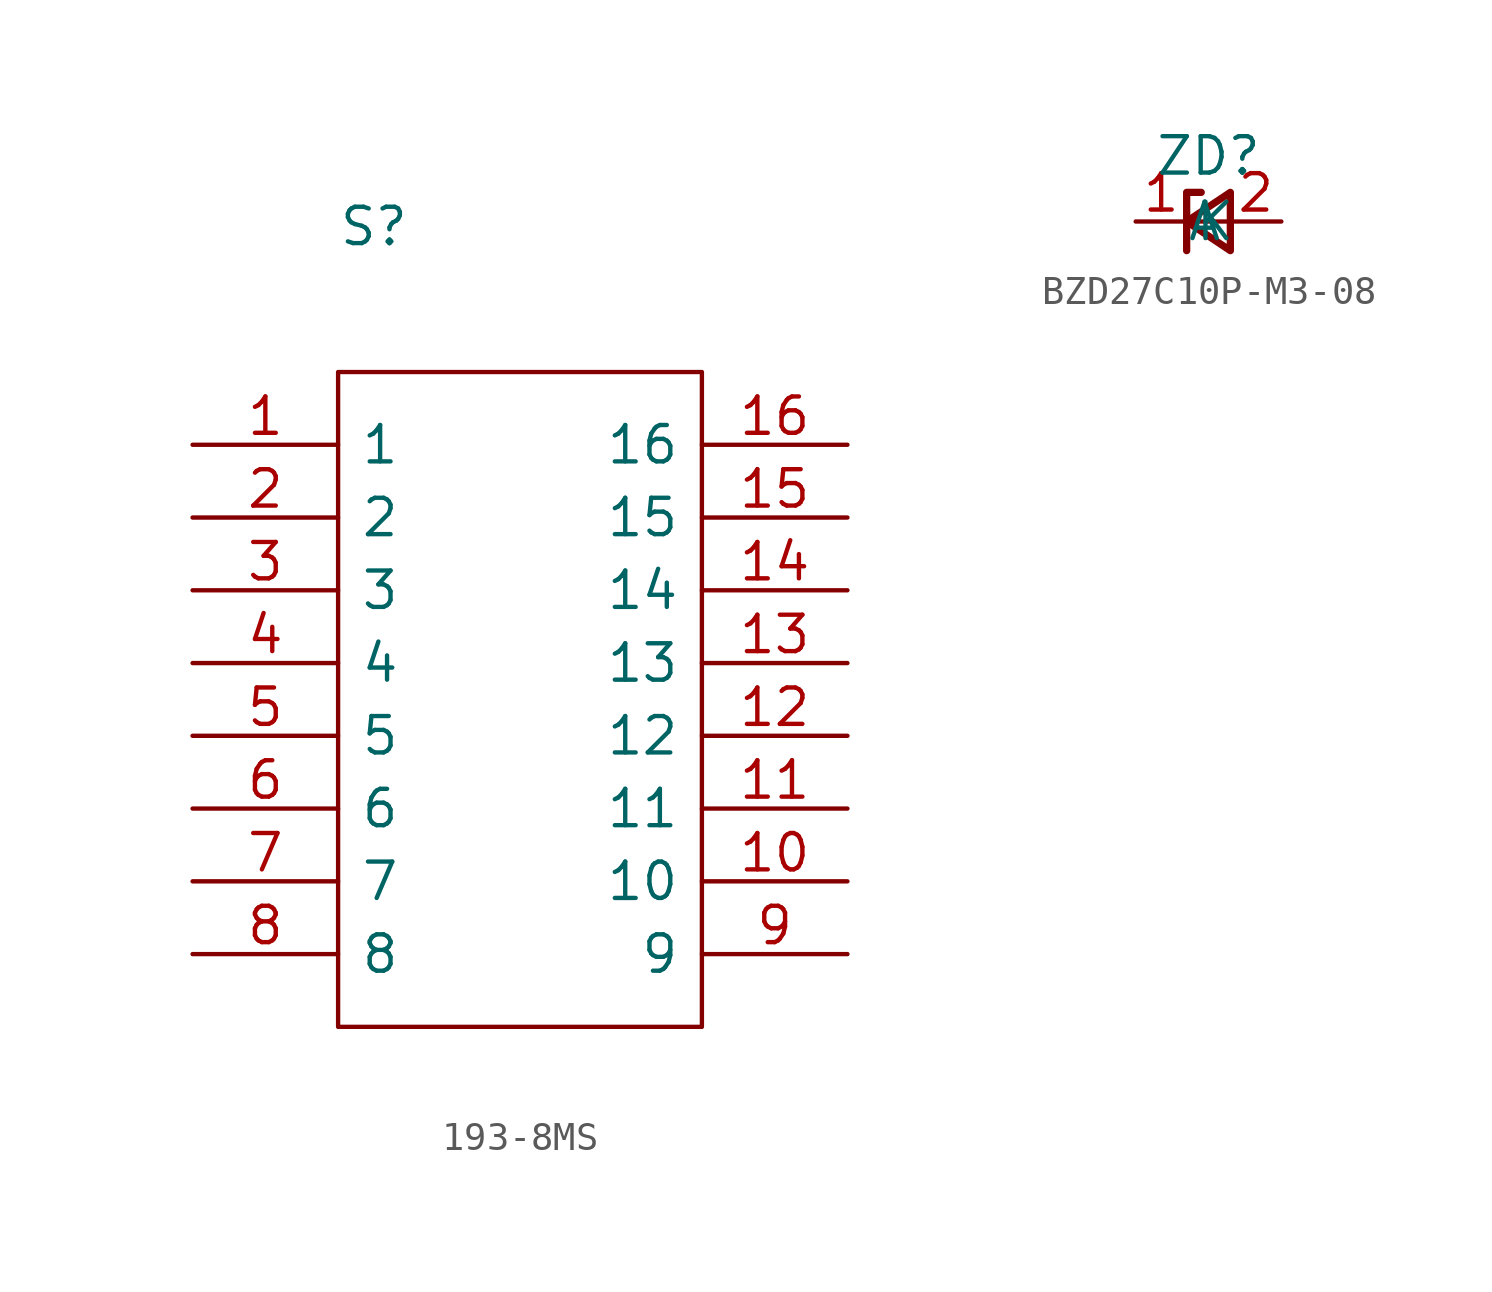
<source format=kicad_sym>
(kicad_symbol_lib
  (version 20211014)
  (generator kicad_symbol_editor)
  (symbol "193-8MS"
    (pin_names
      (offset 0.762))
    (property "Reference" "S"
      (at 5.08 7.62 0)
      (effects (font (size 1.27 1.27)) (justify left)))
    (symbol "193-8MS_0_0"
      (pin passive line (at 0 0 0) (length 5.08) (name "1" (effects (font (size 1.27 1.27)))) (number "1" (effects (font (size 1.27 1.27)))))
      (pin passive line (at 22.86 -15.24 180) (length 5.08) (name "10" (effects (font (size 1.27 1.27)))) (number "10" (effects (font (size 1.27 1.27)))))
      (pin passive line (at 22.86 -12.7 180) (length 5.08) (name "11" (effects (font (size 1.27 1.27)))) (number "11" (effects (font (size 1.27 1.27)))))
      (pin passive line (at 22.86 -10.16 180) (length 5.08) (name "12" (effects (font (size 1.27 1.27)))) (number "12" (effects (font (size 1.27 1.27)))))
      (pin passive line (at 22.86 -7.62 180) (length 5.08) (name "13" (effects (font (size 1.27 1.27)))) (number "13" (effects (font (size 1.27 1.27)))))
      (pin passive line (at 22.86 -5.08 180) (length 5.08) (name "14" (effects (font (size 1.27 1.27)))) (number "14" (effects (font (size 1.27 1.27)))))
      (pin passive line (at 22.86 -2.54 180) (length 5.08) (name "15" (effects (font (size 1.27 1.27)))) (number "15" (effects (font (size 1.27 1.27)))))
      (pin passive line (at 22.86 0 180) (length 5.08) (name "16" (effects (font (size 1.27 1.27)))) (number "16" (effects (font (size 1.27 1.27)))))
      (pin passive line (at 0 -2.54 0) (length 5.08) (name "2" (effects (font (size 1.27 1.27)))) (number "2" (effects (font (size 1.27 1.27)))))
      (pin passive line (at 0 -5.08 0) (length 5.08) (name "3" (effects (font (size 1.27 1.27)))) (number "3" (effects (font (size 1.27 1.27)))))
      (pin passive line (at 0 -7.62 0) (length 5.08) (name "4" (effects (font (size 1.27 1.27)))) (number "4" (effects (font (size 1.27 1.27)))))
      (pin passive line (at 0 -10.16 0) (length 5.08) (name "5" (effects (font (size 1.27 1.27)))) (number "5" (effects (font (size 1.27 1.27)))))
      (pin passive line (at 0 -12.7 0) (length 5.08) (name "6" (effects (font (size 1.27 1.27)))) (number "6" (effects (font (size 1.27 1.27)))))
      (pin passive line (at 0 -15.24 0) (length 5.08) (name "7" (effects (font (size 1.27 1.27)))) (number "7" (effects (font (size 1.27 1.27)))))
      (pin passive line (at 0 -17.78 0) (length 5.08) (name "8" (effects (font (size 1.27 1.27)))) (number "8" (effects (font (size 1.27 1.27)))))
      (pin passive line (at 22.86 -17.78 180) (length 5.08) (name "9" (effects (font (size 1.27 1.27)))) (number "9" (effects (font (size 1.27 1.27))))))
    (symbol "193-8MS_0_1"
      (polyline (pts (xy 5.08 2.54) (xy 17.78 2.54) (xy 17.78 -20.32) (xy 5.08 -20.32) (xy 5.08 2.54)) (stroke (width 0.152) (type default) (color 0 0 0 0)) (fill (type none)))))
  (symbol "BZD27C10P-M3-08"
    (pin_names
      (offset 0.254))
    (property "Reference" "ZD"
      (at 0 2.286 0)
      (effects (font (size 1.27 1.27))))
    (symbol "BZD27C10P-M3-08_0_1"
      (polyline (pts (xy 0.762 0) (xy -0.762 0)) (stroke (width 0) (type default) (color 0 0 0 0)) (fill (type none)))
      (polyline (pts (xy -0.254 1.016) (xy -0.762 1.016) (xy -0.762 -1.016)) (stroke (width 0.254) (type default) (color 0 0 0 0)) (fill (type none)))
      (polyline (pts (xy 0.762 1.016) (xy -0.762 0) (xy 0.762 -1.016) (xy 0.762 1.016)) (stroke (width 0.254) (type default) (color 0 0 0 0)) (fill (type none))))
    (symbol "BZD27C10P-M3-08_1_1"
      (pin passive line (at -2.54 0 0) (length 1.778) (name "K" (effects (font (size 1.27 1.27)))) (number "1" (effects (font (size 1.27 1.27)))))
      (pin passive line (at 2.54 0 180) (length 1.778) (name "A" (effects (font (size 1.27 1.27)))) (number "2" (effects (font (size 1.27 1.27))))))))
</source>
